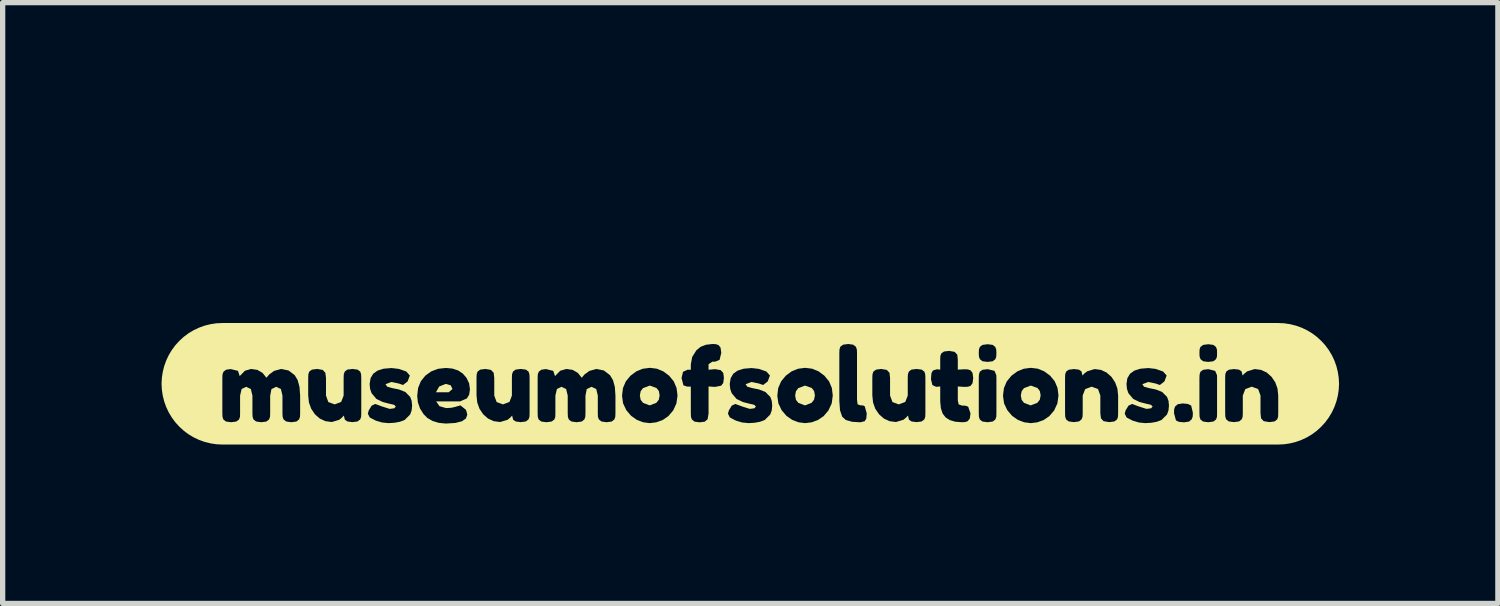
<source format=kicad_pcb>
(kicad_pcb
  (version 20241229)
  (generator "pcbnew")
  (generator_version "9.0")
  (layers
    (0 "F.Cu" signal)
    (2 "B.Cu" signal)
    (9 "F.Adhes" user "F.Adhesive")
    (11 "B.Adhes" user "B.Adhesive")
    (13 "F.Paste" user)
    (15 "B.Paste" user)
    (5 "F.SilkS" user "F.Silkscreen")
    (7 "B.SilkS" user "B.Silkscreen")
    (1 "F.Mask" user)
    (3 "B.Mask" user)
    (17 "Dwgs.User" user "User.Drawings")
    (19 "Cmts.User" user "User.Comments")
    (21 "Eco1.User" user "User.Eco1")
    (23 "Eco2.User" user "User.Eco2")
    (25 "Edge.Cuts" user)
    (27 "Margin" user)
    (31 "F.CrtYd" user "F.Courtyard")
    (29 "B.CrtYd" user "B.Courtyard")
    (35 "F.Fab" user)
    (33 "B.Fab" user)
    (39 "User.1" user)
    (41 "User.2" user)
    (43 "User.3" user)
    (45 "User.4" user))
  (footprint "kibuzzard-655707C1"
    (layer "F.Cu")
    (at 11.116 4.196)
    (property "Reference" "kibuzzard-655707C1" (at 0 -4.195 0) (layer "F.SilkS") (effects (font (size 0.001 0.001) (thickness 0.15))))
    (attr board_only exclude_from_pos_files exclude_from_bom)
    (fp_poly (pts (xy -5.695 0.16) (xy -5.623 0.099) (xy -5.656 0.029) (xy -5.751 0.002) (xy -5.874 0.052) (xy -5.935 0.16) (xy -5.695 0.16)) (stroke (width 0) (type solid)) (fill yes) (layer "F.SilkS"))
    (fp_poly (pts (xy -2.024 0.361) (xy -1.9 0.408) (xy -1.775 0.36) (xy -1.727 0.301) (xy -1.712 0.219) (xy -1.726 0.138) (xy -1.771 0.08) (xy -1.898 0.034) (xy -2.026 0.082) (xy -2.07 0.141) (xy -2.085 0.222) (xy -2.07 0.303) (xy -2.024 0.361)) (stroke (width 0) (type solid)) (fill yes) (layer "F.SilkS"))
    (fp_poly (pts (xy 0.908 0.361) (xy 1.032 0.408) (xy 1.157 0.36) (xy 1.204 0.301) (xy 1.22 0.219) (xy 1.205 0.138) (xy 1.161 0.08) (xy 1.033 0.034) (xy 0.906 0.082) (xy 0.862 0.141) (xy 0.847 0.222) (xy 0.862 0.303) (xy 0.908 0.361)) (stroke (width 0) (type solid)) (fill yes) (layer "F.SilkS"))
    (fp_poly (pts (xy 5.169 0.361) (xy 5.293 0.408) (xy 5.419 0.36) (xy 5.466 0.301) (xy 5.482 0.219) (xy 5.467 0.138) (xy 5.423 0.08) (xy 5.295 0.034) (xy 5.167 0.082) (xy 5.123 0.141) (xy 5.108 0.222) (xy 5.123 0.303) (xy 5.169 0.361)) (stroke (width 0) (type solid)) (fill yes) (layer "F.SilkS"))
    (fp_poly (pts (xy -9.968 -1.147) (xy -9.968 -1.147) (xy -10.081 -1.142) (xy -10.192 -1.125) (xy -10.301 -1.098) (xy -10.407 -1.06) (xy -10.509 -1.012) (xy -10.606 -0.954) (xy -10.696 -0.887) (xy -10.779 -0.811) (xy -10.855 -0.728) (xy -10.922 -0.637) (xy -10.98 -0.541) (xy -11.028 -0.439) (xy -11.066 -0.333) (xy -11.093 -0.224) (xy -11.11 -0.112) (xy -11.116 0) (xy -11.11 0.112) (xy -11.093 0.224) (xy -11.066 0.333) (xy -11.028 0.439) (xy -10.98 0.541) (xy -10.922 0.637) (xy -10.855 0.728) (xy -10.779 0.811) (xy -10.696 0.887) (xy -10.606 0.954) (xy -10.509 1.012) (xy -10.407 1.06) (xy -10.301 1.098) (xy -10.192 1.125) (xy -10.081 1.142) (xy -9.968 1.147) (xy -9.968 1.147) (xy -8.667 1.147) (xy -8.667 0.726) (xy -8.763 0.712) (xy -8.813 0.672) (xy -8.83 0.622) (xy -8.833 0.556) (xy -8.833 0.223) (xy -8.862 0.099) (xy -8.951 0.057) (xy -9.041 0.101) (xy -9.065 0.225) (xy -9.065 0.558) (xy -9.068 0.625) (xy -9.086 0.674) (xy -9.136 0.713) (xy -9.234 0.726) (xy -9.331 0.712) (xy -9.381 0.672) (xy -9.397 0.622) (xy -9.4 0.556) (xy -9.4 0.223) (xy -9.43 0.099) (xy -9.518 0.057) (xy -9.604 0.099) (xy -9.633 0.223) (xy -9.633 0.56) (xy -9.635 0.626) (xy -9.654 0.676) (xy -9.705 0.713) (xy -9.802 0.726) (xy -9.899 0.713) (xy -9.949 0.674) (xy -9.965 0.625) (xy -9.968 0.558) (xy -9.968 -0.112) (xy -9.965 -0.178) (xy -9.947 -0.227) (xy -9.899 -0.265) (xy -9.812 -0.278) (xy -9.673 -0.244) (xy -9.64 -0.145) (xy -9.542 -0.246) (xy -9.425 -0.28) (xy -9.306 -0.262) (xy -9.21 -0.206) (xy -9.135 -0.114) (xy -9.085 -0.174) (xy -8.991 -0.243) (xy -8.857 -0.28) (xy -8.717 -0.251) (xy -8.602 -0.163) (xy -8.545 -0.068) (xy -8.511 0.061) (xy -8.499 0.225) (xy -8.499 0.558) (xy -8.502 0.624) (xy -8.52 0.674) (xy -8.569 0.713) (xy -8.667 0.726) (xy -8.667 1.147) (xy -7.512 1.147) (xy -7.512 0.724) (xy -7.606 0.712) (xy -7.655 0.678) (xy -7.674 0.6) (xy -7.709 0.638) (xy -7.76 0.68) (xy -7.901 0.722) (xy -8.022 0.706) (xy -8.128 0.657) (xy -8.22 0.576) (xy -8.29 0.472) (xy -8.333 0.354) (xy -8.347 0.221) (xy -8.347 -0.112) (xy -8.344 -0.179) (xy -8.328 -0.229) (xy -8.277 -0.267) (xy -8.179 -0.28) (xy -8.073 -0.262) (xy -8.023 -0.208) (xy -8.011 -0.11) (xy -8.011 0.223) (xy -7.967 0.345) (xy -7.847 0.389) (xy -7.725 0.343) (xy -7.678 0.223) (xy -7.678 -0.114) (xy -7.675 -0.18) (xy -7.657 -0.231) (xy -7.608 -0.268) (xy -7.51 -0.28) (xy -7.414 -0.267) (xy -7.364 -0.229) (xy -7.348 -0.178) (xy -7.345 -0.112) (xy -7.345 0.562) (xy -7.348 0.626) (xy -7.366 0.674) (xy -7.417 0.712) (xy -7.512 0.724) (xy -7.512 1.147) (xy -6.831 1.147) (xy -6.831 0.743) (xy -6.952 0.731) (xy -7.07 0.696) (xy -7.185 0.636) (xy -7.221 0.564) (xy -7.203 0.501) (xy -7.149 0.413) (xy -7.081 0.381) (xy -6.954 0.428) (xy -6.809 0.474) (xy -6.722 0.463) (xy -6.693 0.429) (xy -6.725 0.397) (xy -6.821 0.375) (xy -6.94 0.344) (xy -7.059 0.286) (xy -7.15 0.178) (xy -7.178 0.098) (xy -7.187 0.004) (xy -7.17 -0.105) (xy -7.12 -0.189) (xy -7.038 -0.249) (xy -6.922 -0.285) (xy -6.773 -0.297) (xy -6.636 -0.281) (xy -6.495 -0.232) (xy -6.428 -0.156) (xy -6.47 -0.044) (xy -6.556 0.023) (xy -6.641 -0.006) (xy -6.775 -0.034) (xy -6.888 0.008) (xy -6.855 0.055) (xy -6.758 0.082) (xy -6.634 0.107) (xy -6.514 0.154) (xy -6.422 0.247) (xy -6.394 0.321) (xy -6.385 0.411) (xy -6.394 0.503) (xy -6.422 0.58) (xy -6.526 0.684) (xy -6.614 0.717) (xy -6.716 0.736) (xy -6.831 0.743) (xy -6.831 1.147) (xy -5.748 1.147) (xy -5.748 0.751) (xy -5.881 0.738) (xy -5.999 0.702) (xy -6.096 0.646) (xy -6.169 0.573) (xy -6.236 0.467) (xy -6.276 0.352) (xy -6.289 0.229) (xy -6.272 0.079) (xy -6.22 -0.049) (xy -6.134 -0.155) (xy -6.022 -0.235) (xy -5.893 -0.283) (xy -5.746 -0.299) (xy -5.623 -0.287) (xy -5.517 -0.252) (xy -5.429 -0.194) (xy -5.358 -0.112) (xy -5.309 -0.009) (xy -5.293 0.104) (xy -5.308 0.206) (xy -5.351 0.277) (xy -5.48 0.333) (xy -5.931 0.333) (xy -5.868 0.423) (xy -5.743 0.459) (xy -5.644 0.453) (xy -5.569 0.436) (xy -5.548 0.429) (xy -5.472 0.408) (xy -5.367 0.493) (xy -5.343 0.581) (xy -5.368 0.655) (xy -5.444 0.708) (xy -5.571 0.74) (xy -5.748 0.751) (xy -5.748 1.147) (xy -4.335 1.147) (xy -4.335 0.724) (xy -4.429 0.712) (xy -4.478 0.678) (xy -4.497 0.6) (xy -4.531 0.638) (xy -4.582 0.68) (xy -4.723 0.722) (xy -4.844 0.706) (xy -4.951 0.657) (xy -5.043 0.576) (xy -5.113 0.472) (xy -5.155 0.354) (xy -5.169 0.221) (xy -5.169 -0.112) (xy -5.166 -0.179) (xy -5.15 -0.229) (xy -5.1 -0.267) (xy -5.002 -0.28) (xy -4.896 -0.262) (xy -4.845 -0.208) (xy -4.834 -0.11) (xy -4.834 0.223) (xy -4.789 0.345) (xy -4.669 0.389) (xy -4.547 0.343) (xy -4.501 0.223) (xy -4.501 -0.114) (xy -4.498 -0.18) (xy -4.48 -0.231) (xy -4.431 -0.268) (xy -4.333 -0.28) (xy -4.236 -0.267) (xy -4.186 -0.229) (xy -4.17 -0.178) (xy -4.167 -0.112) (xy -4.167 0.562) (xy -4.17 0.626) (xy -4.188 0.674) (xy -4.239 0.712) (xy -4.335 0.724) (xy -4.335 1.147) (xy -2.714 1.147) (xy -2.714 0.726) (xy -2.81 0.712) (xy -2.86 0.672) (xy -2.877 0.622) (xy -2.879 0.556) (xy -2.879 0.223) (xy -2.909 0.099) (xy -2.998 0.057) (xy -3.088 0.101) (xy -3.112 0.225) (xy -3.112 0.558) (xy -3.115 0.625) (xy -3.133 0.674) (xy -3.183 0.713) (xy -3.281 0.726) (xy -3.378 0.712) (xy -3.428 0.672) (xy -3.444 0.622) (xy -3.447 0.556) (xy -3.447 0.223) (xy -3.477 0.099) (xy -3.565 0.057) (xy -3.651 0.099) (xy -3.68 0.223) (xy -3.68 0.56) (xy -3.682 0.626) (xy -3.7 0.676) (xy -3.752 0.713) (xy -3.849 0.726) (xy -3.946 0.713) (xy -3.996 0.674) (xy -4.012 0.625) (xy -4.015 0.558) (xy -4.015 -0.112) (xy -4.012 -0.178) (xy -3.994 -0.227) (xy -3.946 -0.265) (xy -3.859 -0.278) (xy -3.72 -0.244) (xy -3.687 -0.145) (xy -3.589 -0.246) (xy -3.472 -0.28) (xy -3.353 -0.262) (xy -3.257 -0.206) (xy -3.182 -0.114) (xy -3.132 -0.174) (xy -3.038 -0.243) (xy -2.904 -0.28) (xy -2.764 -0.251) (xy -2.649 -0.163) (xy -2.592 -0.068) (xy -2.557 0.061) (xy -2.546 0.225) (xy -2.546 0.558) (xy -2.549 0.624) (xy -2.567 0.674) (xy -2.616 0.713) (xy -2.714 0.726) (xy -2.714 1.147) (xy -1.898 1.147) (xy -1.898 0.743) (xy -2.022 0.727) (xy -2.142 0.681) (xy -2.251 0.604) (xy -2.341 0.498) (xy -2.402 0.369) (xy -2.422 0.225) (xy -2.404 0.081) (xy -2.351 -0.044) (xy -2.262 -0.152) (xy -2.15 -0.235) (xy -2.029 -0.284) (xy -1.896 -0.301) (xy -1.765 -0.285) (xy -1.643 -0.235) (xy -1.533 -0.153) (xy -1.445 -0.046) (xy -1.392 0.079) (xy -1.374 0.223) (xy -1.395 0.372) (xy -1.456 0.504) (xy -1.547 0.611) (xy -1.655 0.685) (xy -1.775 0.728) (xy -1.898 0.743) (xy -1.898 1.147) (xy -0.957 1.147) (xy -0.957 0.728) (xy -1.052 0.715) (xy -1.102 0.675) (xy -1.12 0.625) (xy -1.123 0.558) (xy -1.123 0.053) (xy -1.192 0.053) (xy -1.262 0.03) (xy -1.298 -0.109) (xy -1.27 -0.226) (xy -1.186 -0.265) (xy -1.123 -0.265) (xy -1.123 -0.366) (xy -1.097 -0.506) (xy -1.018 -0.632) (xy -0.938 -0.698) (xy -0.837 -0.737) (xy -0.715 -0.751) (xy -0.65 -0.748) (xy -0.599 -0.73) (xy -0.561 -0.681) (xy -0.548 -0.583) (xy -0.58 -0.451) (xy -0.664 -0.417) (xy -0.717 -0.417) (xy -0.788 -0.37) (xy -0.788 -0.265) (xy -0.664 -0.276) (xy -0.56 -0.258) (xy -0.51 -0.204) (xy -0.498 -0.109) (xy -0.511 -0.014) (xy -0.55 0.036) (xy -0.666 0.059) (xy -0.788 0.051) (xy -0.788 0.562) (xy -0.806 0.67) (xy -0.861 0.716) (xy -0.957 0.728) (xy -0.957 1.147) (xy -0.032 1.147) (xy -0.032 0.743) (xy -0.153 0.731) (xy -0.271 0.696) (xy -0.386 0.636) (xy -0.422 0.564) (xy -0.404 0.501) (xy -0.35 0.413) (xy -0.282 0.381) (xy -0.155 0.428) (xy -0.01 0.474) (xy 0.077 0.463) (xy 0.106 0.429) (xy 0.074 0.397) (xy -0.022 0.375) (xy -0.141 0.344) (xy -0.26 0.286) (xy -0.351 0.178) (xy -0.379 0.098) (xy -0.388 0.004) (xy -0.371 -0.105) (xy -0.322 -0.189) (xy -0.239 -0.249) (xy -0.123 -0.285) (xy 0.026 -0.297) (xy 0.163 -0.281) (xy 0.304 -0.232) (xy 0.371 -0.156) (xy 0.329 -0.044) (xy 0.243 0.023) (xy 0.158 -0.006) (xy 0.024 -0.034) (xy -0.089 0.008) (xy -0.056 0.055) (xy 0.041 0.082) (xy 0.165 0.107) (xy 0.285 0.154) (xy 0.377 0.247) (xy 0.405 0.321) (xy 0.414 0.411) (xy 0.405 0.503) (xy 0.377 0.58) (xy 0.273 0.684) (xy 0.185 0.717) (xy 0.083 0.736) (xy -0.032 0.743) (xy -0.032 1.147) (xy 1.033 1.147) (xy 1.033 0.743) (xy 0.91 0.727) (xy 0.79 0.681) (xy 0.681 0.604) (xy 0.591 0.498) (xy 0.53 0.369) (xy 0.51 0.225) (xy 0.527 0.081) (xy 0.581 -0.044) (xy 0.67 -0.152) (xy 0.781 -0.235) (xy 0.903 -0.284) (xy 1.035 -0.301) (xy 1.167 -0.285) (xy 1.289 -0.235) (xy 1.399 -0.153) (xy 1.487 -0.046) (xy 1.54 0.079) (xy 1.557 0.223) (xy 1.537 0.372) (xy 1.475 0.504) (xy 1.385 0.611) (xy 1.276 0.685) (xy 1.157 0.728) (xy 1.033 0.743) (xy 1.033 1.147) (xy 2.077 1.147) (xy 2.077 0.727) (xy 1.925 0.718) (xy 1.804 0.684) (xy 1.735 0.621) (xy 1.694 0.5) (xy 1.681 0.324) (xy 1.681 -0.583) (xy 1.684 -0.649) (xy 1.7 -0.699) (xy 1.751 -0.738) (xy 1.849 -0.751) (xy 1.943 -0.738) (xy 1.994 -0.699) (xy 2.012 -0.648) (xy 2.015 -0.581) (xy 2.015 0.301) (xy 2.026 0.388) (xy 2.076 0.406) (xy 2.129 0.409) (xy 2.161 0.425) (xy 2.199 0.56) (xy 2.19 0.657) (xy 2.161 0.707) (xy 2.077 0.727) (xy 2.077 1.147) (xy 3.138 1.147) (xy 3.138 0.724) (xy 3.045 0.712) (xy 2.996 0.678) (xy 2.977 0.6) (xy 2.942 0.638) (xy 2.891 0.68) (xy 2.75 0.722) (xy 2.629 0.706) (xy 2.523 0.657) (xy 2.431 0.576) (xy 2.36 0.472) (xy 2.318 0.354) (xy 2.304 0.221) (xy 2.304 -0.112) (xy 2.307 -0.179) (xy 2.323 -0.229) (xy 2.374 -0.267) (xy 2.472 -0.28) (xy 2.577 -0.262) (xy 2.628 -0.208) (xy 2.639 -0.11) (xy 2.639 0.223) (xy 2.684 0.345) (xy 2.804 0.389) (xy 2.926 0.343) (xy 2.973 0.223) (xy 2.973 -0.114) (xy 2.976 -0.18) (xy 2.994 -0.231) (xy 3.043 -0.268) (xy 3.14 -0.28) (xy 3.237 -0.267) (xy 3.287 -0.229) (xy 3.303 -0.178) (xy 3.306 -0.112) (xy 3.306 0.562) (xy 3.303 0.626) (xy 3.285 0.674) (xy 3.234 0.712) (xy 3.138 0.724) (xy 3.138 1.147) (xy 3.99 1.147) (xy 3.99 0.726) (xy 3.869 0.716) (xy 3.768 0.686) (xy 3.689 0.636) (xy 3.632 0.563) (xy 3.598 0.462) (xy 3.586 0.333) (xy 3.586 0.051) (xy 3.508 0.057) (xy 3.439 0.025) (xy 3.411 -0.086) (xy 3.42 -0.199) (xy 3.447 -0.25) (xy 3.523 -0.274) (xy 3.586 -0.267) (xy 3.586 -0.463) (xy 3.589 -0.528) (xy 3.607 -0.573) (xy 3.656 -0.609) (xy 3.754 -0.621) (xy 3.857 -0.603) (xy 3.908 -0.551) (xy 3.918 -0.453) (xy 3.918 -0.267) (xy 4.044 -0.274) (xy 4.109 -0.271) (xy 4.16 -0.253) (xy 4.197 -0.204) (xy 4.209 -0.107) (xy 4.196 -0.01) (xy 4.158 0.04) (xy 4.107 0.056) (xy 4.041 0.059) (xy 3.918 0.051) (xy 3.918 0.314) (xy 3.934 0.389) (xy 3.995 0.411) (xy 4.063 0.414) (xy 4.114 0.432) (xy 4.158 0.56) (xy 4.144 0.657) (xy 4.104 0.707) (xy 4.054 0.723) (xy 3.99 0.726) (xy 3.99 1.147) (xy 4.48 1.147) (xy 4.48 0.726) (xy 4.383 0.713) (xy 4.333 0.674) (xy 4.317 0.625) (xy 4.314 0.558) (xy 4.314 -0.11) (xy 4.317 -0.176) (xy 4.333 -0.227) (xy 4.383 -0.264) (xy 4.481 -0.276) (xy 4.481 -0.413) (xy 4.384 -0.425) (xy 4.334 -0.465) (xy 4.317 -0.515) (xy 4.314 -0.581) (xy 4.317 -0.647) (xy 4.333 -0.695) (xy 4.383 -0.734) (xy 4.482 -0.747) (xy 4.578 -0.734) (xy 4.626 -0.695) (xy 4.644 -0.645) (xy 4.647 -0.579) (xy 4.644 -0.513) (xy 4.627 -0.464) (xy 4.577 -0.425) (xy 4.481 -0.413) (xy 4.481 -0.276) (xy 4.482 -0.276) (xy 4.611 -0.244) (xy 4.645 -0.162) (xy 4.647 -0.107) (xy 4.647 0.56) (xy 4.644 0.626) (xy 4.626 0.676) (xy 4.577 0.713) (xy 4.48 0.726) (xy 4.48 1.147) (xy 5.295 1.147) (xy 5.295 0.743) (xy 5.171 0.727) (xy 5.051 0.681) (xy 4.942 0.604) (xy 4.852 0.498) (xy 4.791 0.369) (xy 4.771 0.225) (xy 4.789 0.081) (xy 4.842 -0.044) (xy 4.931 -0.152) (xy 5.043 -0.235) (xy 5.165 -0.284) (xy 5.297 -0.301) (xy 5.429 -0.285) (xy 5.55 -0.235) (xy 5.661 -0.153) (xy 5.749 -0.046) (xy 5.801 0.079) (xy 5.819 0.223) (xy 5.798 0.372) (xy 5.737 0.504) (xy 5.646 0.611) (xy 5.538 0.685) (xy 5.419 0.728) (xy 5.295 0.743) (xy 5.295 1.147) (xy 6.777 1.147) (xy 6.777 0.724) (xy 6.67 0.706) (xy 6.621 0.653) (xy 6.609 0.556) (xy 6.609 0.221) (xy 6.565 0.099) (xy 6.445 0.055) (xy 6.323 0.101) (xy 6.276 0.221) (xy 6.276 0.558) (xy 6.273 0.624) (xy 6.255 0.672) (xy 6.206 0.711) (xy 6.108 0.724) (xy 6.012 0.711) (xy 5.962 0.672) (xy 5.946 0.622) (xy 5.943 0.556) (xy 5.943 -0.118) (xy 5.946 -0.182) (xy 5.964 -0.231) (xy 6.014 -0.266) (xy 6.11 -0.278) (xy 6.204 -0.267) (xy 6.253 -0.234) (xy 6.272 -0.156) (xy 6.307 -0.194) (xy 6.358 -0.234) (xy 6.501 -0.278) (xy 6.621 -0.262) (xy 6.726 -0.213) (xy 6.818 -0.132) (xy 6.888 -0.028) (xy 6.931 0.09) (xy 6.945 0.223) (xy 6.945 0.558) (xy 6.942 0.624) (xy 6.926 0.672) (xy 6.875 0.711) (xy 6.777 0.724) (xy 6.777 1.147) (xy 7.458 1.147) (xy 7.458 0.743) (xy 7.337 0.731) (xy 7.219 0.696) (xy 7.105 0.636) (xy 7.069 0.564) (xy 7.087 0.501) (xy 7.141 0.413) (xy 7.209 0.381) (xy 7.335 0.428) (xy 7.48 0.474) (xy 7.567 0.463) (xy 7.596 0.429) (xy 7.564 0.397) (xy 7.469 0.375) (xy 7.349 0.344) (xy 7.23 0.286) (xy 7.139 0.178) (xy 7.112 0.098) (xy 7.103 0.004) (xy 7.119 -0.105) (xy 7.169 -0.189) (xy 7.252 -0.249) (xy 7.367 -0.285) (xy 7.516 -0.297) (xy 7.653 -0.281) (xy 7.794 -0.232) (xy 7.861 -0.156) (xy 7.819 -0.044) (xy 7.733 0.023) (xy 7.649 -0.006) (xy 7.514 -0.034) (xy 7.402 0.008) (xy 7.434 0.055) (xy 7.531 0.082) (xy 7.655 0.107) (xy 7.775 0.154) (xy 7.868 0.247) (xy 7.896 0.321) (xy 7.905 0.411) (xy 7.896 0.503) (xy 7.868 0.58) (xy 7.764 0.684) (xy 7.676 0.717) (xy 7.574 0.736) (xy 7.458 0.743) (xy 7.458 1.147) (xy 8.19 1.147) (xy 8.19 0.728) (xy 8.094 0.719) (xy 8.037 0.692) (xy 8 0.554) (xy 8 0.547) (xy 8.003 0.48) (xy 8.021 0.429) (xy 8.071 0.386) (xy 8.165 0.371) (xy 8.262 0.381) (xy 8.324 0.411) (xy 8.356 0.545) (xy 8.356 0.552) (xy 8.353 0.62) (xy 8.333 0.672) (xy 8.283 0.714) (xy 8.19 0.728) (xy 8.19 1.147) (xy 8.646 1.147) (xy 8.646 0.726) (xy 8.549 0.713) (xy 8.499 0.674) (xy 8.483 0.625) (xy 8.48 0.558) (xy 8.48 -0.11) (xy 8.483 -0.176) (xy 8.499 -0.227) (xy 8.55 -0.264) (xy 8.647 -0.276) (xy 8.647 -0.413) (xy 8.551 -0.425) (xy 8.5 -0.465) (xy 8.483 -0.515) (xy 8.48 -0.581) (xy 8.483 -0.647) (xy 8.499 -0.695) (xy 8.55 -0.734) (xy 8.648 -0.747) (xy 8.744 -0.734) (xy 8.793 -0.695) (xy 8.811 -0.645) (xy 8.813 -0.579) (xy 8.811 -0.513) (xy 8.793 -0.464) (xy 8.743 -0.425) (xy 8.647 -0.413) (xy 8.647 -0.276) (xy 8.648 -0.276) (xy 8.777 -0.244) (xy 8.812 -0.162) (xy 8.813 -0.107) (xy 8.813 0.56) (xy 8.811 0.626) (xy 8.793 0.676) (xy 8.743 0.713) (xy 8.646 0.726) (xy 8.646 1.147) (xy 9.8 1.147) (xy 9.8 0.724) (xy 9.694 0.706) (xy 9.644 0.653) (xy 9.633 0.556) (xy 9.633 0.221) (xy 9.588 0.099) (xy 9.468 0.055) (xy 9.346 0.101) (xy 9.299 0.221) (xy 9.299 0.558) (xy 9.296 0.624) (xy 9.278 0.672) (xy 9.229 0.711) (xy 9.132 0.724) (xy 9.035 0.711) (xy 8.985 0.672) (xy 8.969 0.622) (xy 8.966 0.556) (xy 8.966 -0.118) (xy 8.969 -0.182) (xy 8.987 -0.231) (xy 9.037 -0.266) (xy 9.134 -0.278) (xy 9.227 -0.267) (xy 9.276 -0.234) (xy 9.295 -0.156) (xy 9.33 -0.194) (xy 9.381 -0.234) (xy 9.524 -0.278) (xy 9.644 -0.262) (xy 9.75 -0.213) (xy 9.841 -0.132) (xy 9.912 -0.028) (xy 9.954 0.09) (xy 9.968 0.223) (xy 9.968 0.558) (xy 9.965 0.624) (xy 9.949 0.672) (xy 9.898 0.711) (xy 9.8 0.724) (xy 9.8 1.147) (xy 9.968 1.147) (xy 9.968 1.147) (xy 10.081 1.142) (xy 10.192 1.125) (xy 10.301 1.098) (xy 10.407 1.06) (xy 10.509 1.012) (xy 10.606 0.954) (xy 10.696 0.887) (xy 10.779 0.811) (xy 10.855 0.728) (xy 10.922 0.637) (xy 10.98 0.541) (xy 11.028 0.439) (xy 11.066 0.333) (xy 11.093 0.224) (xy 11.11 0.112) (xy 11.116 0) (xy 11.11 -0.112) (xy 11.093 -0.224) (xy 11.066 -0.333) (xy 11.028 -0.439) (xy 10.98 -0.541) (xy 10.922 -0.637) (xy 10.855 -0.728) (xy 10.779 -0.811) (xy 10.696 -0.887) (xy 10.606 -0.954) (xy 10.509 -1.012) (xy 10.407 -1.06) (xy 10.301 -1.098) (xy 10.192 -1.125) (xy 10.081 -1.142) (xy 9.968 -1.147) (xy 9.968 -1.147) (xy -9.968 -1.147)) (stroke (width 0) (type solid)) (fill yes) (layer "F.SilkS")))
  (gr_rect
    (start -3 -3)
    (end 25.231 8.344)
    (stroke (width 0.1) (type default))
    (fill no)
    (layer "Edge.Cuts")))
</source>
